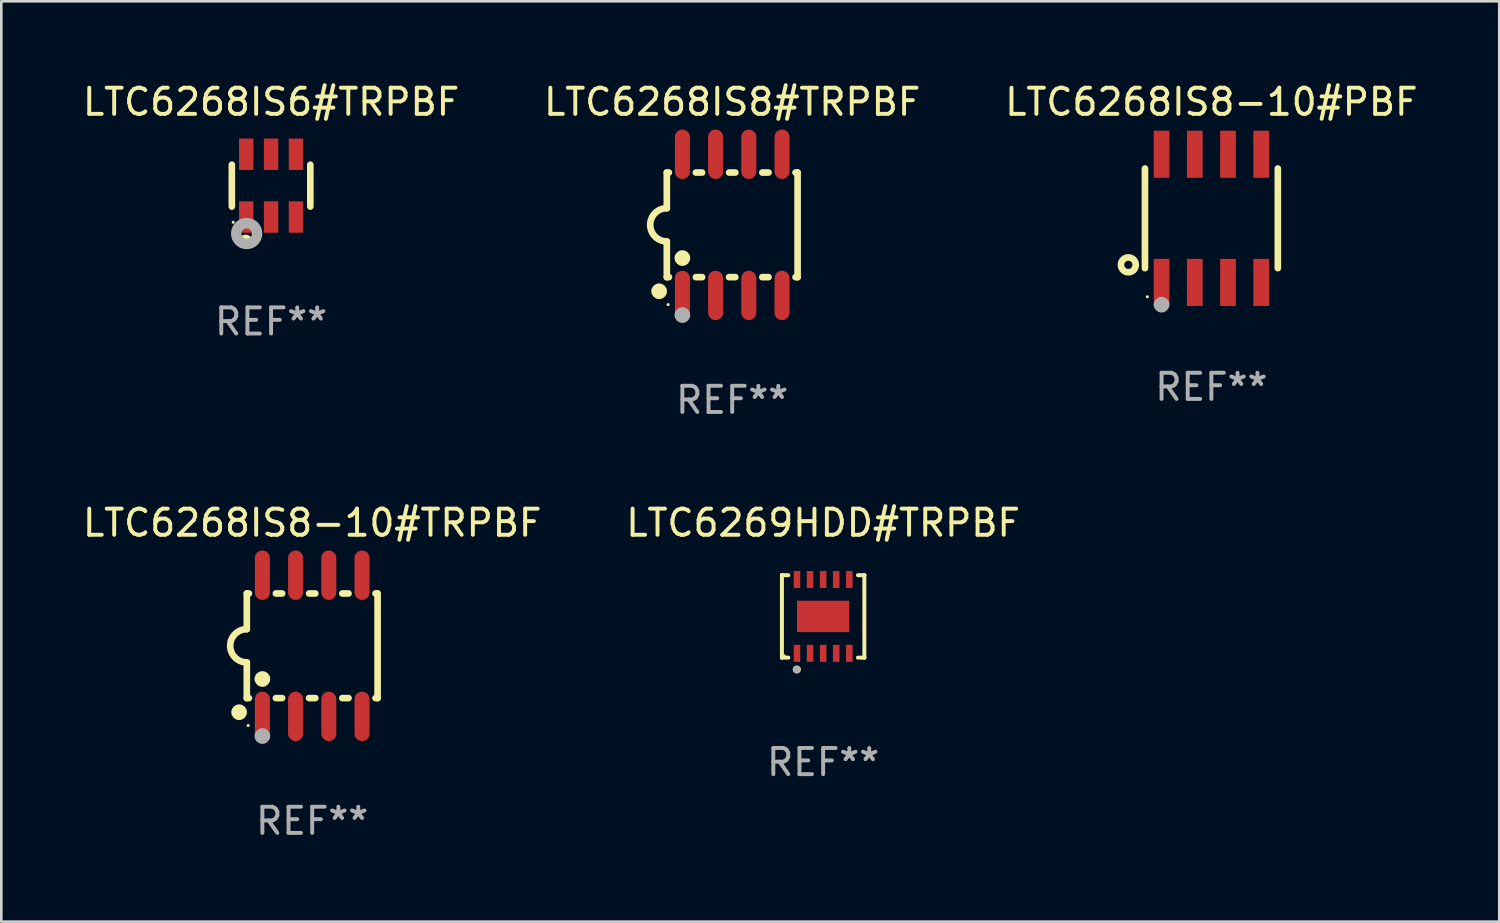
<source format=kicad_pcb>
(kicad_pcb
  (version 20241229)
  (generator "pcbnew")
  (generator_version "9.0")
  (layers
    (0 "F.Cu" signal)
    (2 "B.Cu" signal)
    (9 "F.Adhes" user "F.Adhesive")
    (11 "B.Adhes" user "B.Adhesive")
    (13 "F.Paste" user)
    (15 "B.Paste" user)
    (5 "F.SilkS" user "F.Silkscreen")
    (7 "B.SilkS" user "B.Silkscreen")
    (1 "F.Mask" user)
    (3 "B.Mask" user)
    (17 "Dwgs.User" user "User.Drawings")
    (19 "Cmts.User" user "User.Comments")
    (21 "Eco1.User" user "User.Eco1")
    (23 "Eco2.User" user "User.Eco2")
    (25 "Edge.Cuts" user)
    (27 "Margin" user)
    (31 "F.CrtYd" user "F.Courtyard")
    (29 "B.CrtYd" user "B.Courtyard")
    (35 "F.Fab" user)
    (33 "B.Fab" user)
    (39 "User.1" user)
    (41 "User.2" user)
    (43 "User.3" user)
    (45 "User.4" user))
  (footprint "LTC6268IS8#TRPBF"
    (layer "F.Cu")
    (at 24.946 5.547)
    (property "Reference" "LTC6268IS8#TRPBF" (at 0 -4.699 0) (layer "F.SilkS") (effects (font (size 1 1) (thickness 0.15))))
    (attr through_hole)
    (fp_line (start -2.5 -2) (end -2.5 -0.635) (stroke (width 0.254) (type solid)) (layer "F.SilkS"))
    (fp_line (start -2.5 -2) (end -2.421 -2) (stroke (width 0.254) (type solid)) (layer "F.SilkS"))
    (fp_line (start -2.5 2) (end -2.5 0.635) (stroke (width 0.254) (type solid)) (layer "F.SilkS"))
    (fp_line (start -2.5 2) (end -2.421 2) (stroke (width 0.254) (type solid)) (layer "F.SilkS"))
    (fp_line (start -1.389 -2) (end -1.151 -2) (stroke (width 0.254) (type solid)) (layer "F.SilkS"))
    (fp_line (start -1.389 2) (end -1.151 2) (stroke (width 0.254) (type solid)) (layer "F.SilkS"))
    (fp_line (start -0.119 -2) (end 0.119 -2) (stroke (width 0.254) (type solid)) (layer "F.SilkS"))
    (fp_line (start -0.119 2) (end 0.119 2) (stroke (width 0.254) (type solid)) (layer "F.SilkS"))
    (fp_line (start 1.151 -2) (end 1.389 -2) (stroke (width 0.254) (type solid)) (layer "F.SilkS"))
    (fp_line (start 1.151 2) (end 1.389 2) (stroke (width 0.254) (type solid)) (layer "F.SilkS"))
    (fp_line (start 2.421 -2) (end 2.5 -2) (stroke (width 0.254) (type solid)) (layer "F.SilkS"))
    (fp_line (start 2.421 2) (end 2.5 2) (stroke (width 0.254) (type solid)) (layer "F.SilkS"))
    (fp_line (start 2.5 -2) (end 2.5 2) (stroke (width 0.254) (type solid)) (layer "F.SilkS"))
    (fp_arc (start -2.5 0.635001) (mid -3.134366 -0.000318) (end -2.499365 -0.635001) (stroke (width 0.254001) (type solid)) (layer "F.SilkS"))
    (fp_circle (center -2.794 2.54) (end -2.644 2.54) (stroke (width 0.3) (type solid)) (fill no) (layer "F.SilkS"))
    (fp_circle (center -2.45 3.05) (end -2.42 3.05) (stroke (width 0.06) (type solid)) (fill no) (layer "F.SilkS"))
    (fp_circle (center -1.905 1.27) (end -1.755 1.27) (stroke (width 0.3) (type solid)) (fill no) (layer "F.SilkS"))
    (fp_circle (center -1.905 3.45) (end -1.755 3.45) (stroke (width 0.3) (type solid)) (fill no) (layer "F.Fab"))
    (fp_text user "REF**" (at 0 6.699 0) (layer "F.Fab") (effects (font (size 1 1) (thickness 0.15))))
    (pad "1" smd oval (at -1.905 2.699) (size 0.574 1.888) (layers "F.Cu" "F.Mask" "F.Paste"))
    (pad "2" smd oval (at -0.635 2.699) (size 0.574 1.888) (layers "F.Cu" "F.Mask" "F.Paste"))
    (pad "3" smd oval (at 0.635 2.699) (size 0.574 1.888) (layers "F.Cu" "F.Mask" "F.Paste"))
    (pad "4" smd oval (at 1.905 2.699) (size 0.574 1.888) (layers "F.Cu" "F.Mask" "F.Paste"))
    (pad "5" smd oval (at 1.905 -2.699) (size 0.574 1.888) (layers "F.Cu" "F.Mask" "F.Paste"))
    (pad "6" smd oval (at 0.635 -2.699) (size 0.574 1.888) (layers "F.Cu" "F.Mask" "F.Paste"))
    (pad "7" smd oval (at -0.635 -2.699) (size 0.574 1.888) (layers "F.Cu" "F.Mask" "F.Paste"))
    (pad "8" smd oval (at -1.905 -2.699) (size 0.574 1.888) (layers "F.Cu" "F.Mask" "F.Paste")))
  (footprint "LTC6268IS8-10#TRPBF"
    (layer "F.Cu")
    (at 8.887 21.642)
    (property "Reference" "LTC6268IS8-10#TRPBF" (at 0 -4.699 0) (layer "F.SilkS") (effects (font (size 1 1) (thickness 0.15))))
    (attr through_hole)
    (fp_line (start -2.5 -2) (end -2.5 -0.635) (stroke (width 0.254) (type solid)) (layer "F.SilkS"))
    (fp_line (start -2.5 -2) (end -2.421 -2) (stroke (width 0.254) (type solid)) (layer "F.SilkS"))
    (fp_line (start -2.5 2) (end -2.5 0.635) (stroke (width 0.254) (type solid)) (layer "F.SilkS"))
    (fp_line (start -2.5 2) (end -2.421 2) (stroke (width 0.254) (type solid)) (layer "F.SilkS"))
    (fp_line (start -1.389 -2) (end -1.151 -2) (stroke (width 0.254) (type solid)) (layer "F.SilkS"))
    (fp_line (start -1.389 2) (end -1.151 2) (stroke (width 0.254) (type solid)) (layer "F.SilkS"))
    (fp_line (start -0.119 -2) (end 0.119 -2) (stroke (width 0.254) (type solid)) (layer "F.SilkS"))
    (fp_line (start -0.119 2) (end 0.119 2) (stroke (width 0.254) (type solid)) (layer "F.SilkS"))
    (fp_line (start 1.151 -2) (end 1.389 -2) (stroke (width 0.254) (type solid)) (layer "F.SilkS"))
    (fp_line (start 1.151 2) (end 1.389 2) (stroke (width 0.254) (type solid)) (layer "F.SilkS"))
    (fp_line (start 2.421 -2) (end 2.5 -2) (stroke (width 0.254) (type solid)) (layer "F.SilkS"))
    (fp_line (start 2.421 2) (end 2.5 2) (stroke (width 0.254) (type solid)) (layer "F.SilkS"))
    (fp_line (start 2.5 -2) (end 2.5 2) (stroke (width 0.254) (type solid)) (layer "F.SilkS"))
    (fp_arc (start -2.5 0.635001) (mid -3.134366 -0.000318) (end -2.499365 -0.635001) (stroke (width 0.254001) (type solid)) (layer "F.SilkS"))
    (fp_circle (center -2.794 2.54) (end -2.644 2.54) (stroke (width 0.3) (type solid)) (fill no) (layer "F.SilkS"))
    (fp_circle (center -2.45 3.05) (end -2.42 3.05) (stroke (width 0.06) (type solid)) (fill no) (layer "F.SilkS"))
    (fp_circle (center -1.905 1.27) (end -1.755 1.27) (stroke (width 0.3) (type solid)) (fill no) (layer "F.SilkS"))
    (fp_circle (center -1.905 3.45) (end -1.755 3.45) (stroke (width 0.3) (type solid)) (fill no) (layer "F.Fab"))
    (fp_text user "REF**" (at 0 6.699 0) (layer "F.Fab") (effects (font (size 1 1) (thickness 0.15))))
    (pad "1" smd oval (at -1.905 2.699) (size 0.574 1.888) (layers "F.Cu" "F.Mask" "F.Paste"))
    (pad "2" smd oval (at -0.635 2.699) (size 0.574 1.888) (layers "F.Cu" "F.Mask" "F.Paste"))
    (pad "3" smd oval (at 0.635 2.699) (size 0.574 1.888) (layers "F.Cu" "F.Mask" "F.Paste"))
    (pad "4" smd oval (at 1.905 2.699) (size 0.574 1.888) (layers "F.Cu" "F.Mask" "F.Paste"))
    (pad "5" smd oval (at 1.905 -2.699) (size 0.574 1.888) (layers "F.Cu" "F.Mask" "F.Paste"))
    (pad "6" smd oval (at 0.635 -2.699) (size 0.574 1.888) (layers "F.Cu" "F.Mask" "F.Paste"))
    (pad "7" smd oval (at -0.635 -2.699) (size 0.574 1.888) (layers "F.Cu" "F.Mask" "F.Paste"))
    (pad "8" smd oval (at -1.905 -2.699) (size 0.574 1.888) (layers "F.Cu" "F.Mask" "F.Paste")))
  (footprint "LTC6268IS8-10#PBF"
    (layer "F.Cu")
    (at 43.268 5.298)
    (property "Reference" "LTC6268IS8-10#PBF" (at 0 -4.45 0) (layer "F.SilkS") (effects (font (size 1 1) (thickness 0.15))))
    (attr through_hole)
    (fp_line (start -2.54 -1.905) (end -2.54 1.905) (stroke (width 0.254) (type solid)) (layer "F.SilkS"))
    (fp_line (start 2.54 -1.905) (end 2.54 1.905) (stroke (width 0.254) (type solid)) (layer "F.SilkS"))
    (fp_circle (center -3.175 1.778) (end -2.891 1.778) (stroke (width 0.254) (type solid)) (fill no) (layer "F.SilkS"))
    (fp_circle (center -2.45 3) (end -2.42 3) (stroke (width 0.06) (type solid)) (fill no) (layer "F.SilkS"))
    (fp_circle (center -1.905 3.302) (end -1.755 3.302) (stroke (width 0.3) (type solid)) (fill no) (layer "F.Fab"))
    (fp_text user "REF**" (at 0 6.45 0) (layer "F.Fab") (effects (font (size 1 1) (thickness 0.15))))
    (pad "1" smd rect (at -1.905 2.45) (size 0.6 1.8) (layers "F.Cu" "F.Mask" "F.Paste"))
    (pad "2" smd rect (at -0.635 2.45) (size 0.6 1.8) (layers "F.Cu" "F.Mask" "F.Paste"))
    (pad "3" smd rect (at 0.635 2.45) (size 0.6 1.8) (layers "F.Cu" "F.Mask" "F.Paste"))
    (pad "4" smd rect (at 1.905 2.45) (size 0.6 1.8) (layers "F.Cu" "F.Mask" "F.Paste"))
    (pad "5" smd rect (at 1.905 -2.45 180) (size 0.6 1.8) (layers "F.Cu" "F.Mask" "F.Paste"))
    (pad "6" smd rect (at 0.635 -2.45 180) (size 0.6 1.8) (layers "F.Cu" "F.Mask" "F.Paste"))
    (pad "7" smd rect (at -0.635 -2.45 180) (size 0.6 1.8) (layers "F.Cu" "F.Mask" "F.Paste"))
    (pad "8" smd rect (at -1.905 -2.45 180) (size 0.6 1.8) (layers "F.Cu" "F.Mask" "F.Paste")))
  (footprint "LTC6268IS6#TRPBF"
    (layer "F.Cu")
    (at 7.315 4.048)
    (property "Reference" "LTC6268IS6#TRPBF" (at 0 -3.2 0) (layer "F.SilkS") (effects (font (size 1 1) (thickness 0.15))))
    (attr through_hole)
    (fp_line (start -1.5 0.8) (end -1.5 -0.8) (stroke (width 0.254) (type solid)) (layer "F.SilkS"))
    (fp_line (start 1.5 -0.8) (end 1.5 0.8) (stroke (width 0.254) (type solid)) (layer "F.SilkS"))
    (fp_circle (center -1.45 1.4) (end -1.42 1.4) (stroke (width 0.06) (type solid)) (fill no) (layer "F.SilkS"))
    (fp_circle (center -0.975 2.125) (end -0.848 2.125) (stroke (width 0.254) (type solid)) (fill no) (layer "F.SilkS"))
    (fp_circle (center -0.934 1.832) (end -0.735 1.832) (stroke (width 0.4) (type solid)) (fill no) (layer "F.Fab"))
    (fp_text user "REF**" (at 0 5.2 0) (layer "F.Fab") (effects (font (size 1 1) (thickness 0.15))))
    (pad "1" smd rect (at -0.95 1.2) (size 0.55 1.2) (layers "F.Cu" "F.Mask" "F.Paste"))
    (pad "2" smd rect (at 0 1.2) (size 0.55 1.2) (layers "F.Cu" "F.Mask" "F.Paste"))
    (pad "3" smd rect (at 0.95 1.2) (size 0.55 1.2) (layers "F.Cu" "F.Mask" "F.Paste"))
    (pad "4" smd rect (at 0.95 -1.2) (size 0.55 1.2) (layers "F.Cu" "F.Mask" "F.Paste"))
    (pad "5" smd rect (at 0 -1.2) (size 0.55 1.2) (layers "F.Cu" "F.Mask" "F.Paste"))
    (pad "6" smd rect (at -0.95 -1.2) (size 0.55 1.2) (layers "F.Cu" "F.Mask" "F.Paste")))
  (footprint "LTC6269HDD#TRPBF"
    (layer "F.Cu")
    (at 28.423 20.519)
    (property "Reference" "LTC6269HDD#TRPBF" (at 0 -3.576 0) (layer "F.SilkS") (effects (font (size 1 1) (thickness 0.15))))
    (attr through_hole)
    (fp_line (start -1.576 -1.576) (end -1.576 -1.576) (stroke (width 0.152) (type solid)) (layer "F.SilkS"))
    (fp_line (start -1.576 -1.576) (end -1.331 -1.576) (stroke (width 0.152) (type solid)) (layer "F.SilkS"))
    (fp_line (start -1.576 1.576) (end -1.576 -1.576) (stroke (width 0.152) (type solid)) (layer "F.SilkS"))
    (fp_line (start -1.576 1.576) (end -1.576 1.576) (stroke (width 0.152) (type solid)) (layer "F.SilkS"))
    (fp_line (start -1.331 1.576) (end -1.576 1.576) (stroke (width 0.152) (type solid)) (layer "F.SilkS"))
    (fp_line (start 1.331 1.576) (end 1.576 1.576) (stroke (width 0.152) (type solid)) (layer "F.SilkS"))
    (fp_line (start 1.576 -1.576) (end 1.331 -1.576) (stroke (width 0.152) (type solid)) (layer "F.SilkS"))
    (fp_line (start 1.576 -1.576) (end 1.576 -1.576) (stroke (width 0.152) (type solid)) (layer "F.SilkS"))
    (fp_line (start 1.576 1.576) (end 1.576 -1.576) (stroke (width 0.152) (type solid)) (layer "F.SilkS"))
    (fp_line (start 1.576 1.576) (end 1.576 1.576) (stroke (width 0.152) (type solid)) (layer "F.SilkS"))
    (fp_circle (center -1.5 1.5) (end -1.47 1.5) (stroke (width 0.06) (type solid)) (fill no) (layer "F.SilkS"))
    (fp_circle (center -1 2.028) (end -0.925 2.028) (stroke (width 0.15) (type solid)) (fill no) (layer "F.SilkS"))
    (fp_circle (center -1.016 2.032) (end -0.941 2.032) (stroke (width 0.15) (type solid)) (fill no) (layer "F.Fab"))
    (fp_text user "REF**" (at 0 5.576 0) (layer "F.Fab") (effects (font (size 1 1) (thickness 0.15))))
    (pad "1" smd rect (at -1 1.411) (size 0.25 0.65) (layers "F.Cu" "F.Mask" "F.Paste"))
    (pad "2" smd rect (at -0.5 1.411) (size 0.25 0.65) (layers "F.Cu" "F.Mask" "F.Paste"))
    (pad "3" smd rect (at 0 1.411) (size 0.25 0.65) (layers "F.Cu" "F.Mask" "F.Paste"))
    (pad "4" smd rect (at 0.5 1.411) (size 0.25 0.65) (layers "F.Cu" "F.Mask" "F.Paste"))
    (pad "5" smd rect (at 1 1.411) (size 0.25 0.65) (layers "F.Cu" "F.Mask" "F.Paste"))
    (pad "6" smd rect (at 1 -1.411) (size 0.25 0.65) (layers "F.Cu" "F.Mask" "F.Paste"))
    (pad "7" smd rect (at 0.5 -1.411) (size 0.25 0.65) (layers "F.Cu" "F.Mask" "F.Paste"))
    (pad "8" smd rect (at 0 -1.411) (size 0.25 0.65) (layers "F.Cu" "F.Mask" "F.Paste"))
    (pad "9" smd rect (at -0.5 -1.411) (size 0.25 0.65) (layers "F.Cu" "F.Mask" "F.Paste"))
    (pad "10" smd rect (at -1 -1.411) (size 0.25 0.65) (layers "F.Cu" "F.Mask" "F.Paste"))
    (pad "11" smd rect (at 0 0) (size 2 1.2) (layers "F.Cu" "F.Mask" "F.Paste")))
  (gr_rect
    (start -3 -3)
    (end 54.274 32.189)
    (stroke (width 0.1) (type default))
    (fill no)
    (layer "Edge.Cuts")))
</source>
